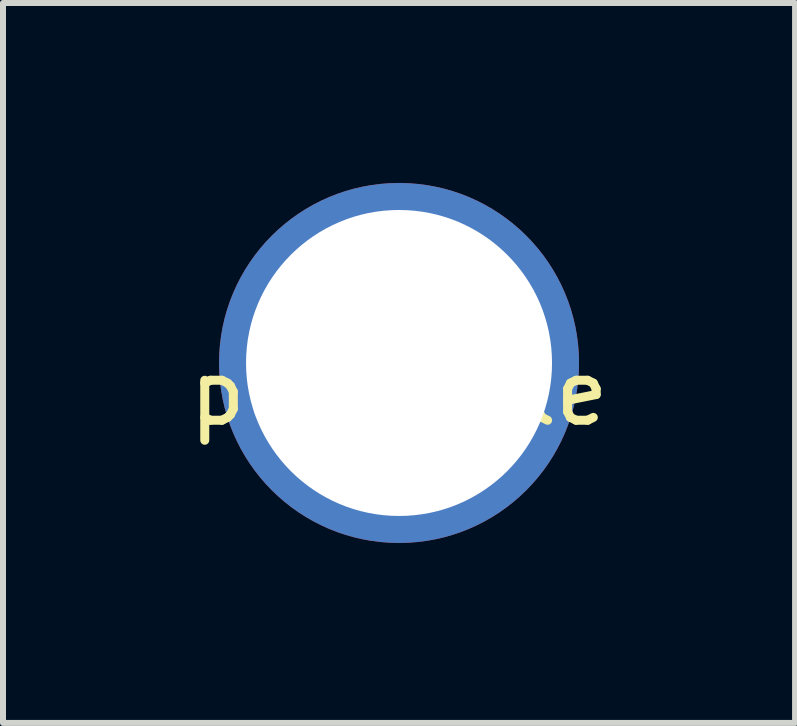
<source format=kicad_pcb>
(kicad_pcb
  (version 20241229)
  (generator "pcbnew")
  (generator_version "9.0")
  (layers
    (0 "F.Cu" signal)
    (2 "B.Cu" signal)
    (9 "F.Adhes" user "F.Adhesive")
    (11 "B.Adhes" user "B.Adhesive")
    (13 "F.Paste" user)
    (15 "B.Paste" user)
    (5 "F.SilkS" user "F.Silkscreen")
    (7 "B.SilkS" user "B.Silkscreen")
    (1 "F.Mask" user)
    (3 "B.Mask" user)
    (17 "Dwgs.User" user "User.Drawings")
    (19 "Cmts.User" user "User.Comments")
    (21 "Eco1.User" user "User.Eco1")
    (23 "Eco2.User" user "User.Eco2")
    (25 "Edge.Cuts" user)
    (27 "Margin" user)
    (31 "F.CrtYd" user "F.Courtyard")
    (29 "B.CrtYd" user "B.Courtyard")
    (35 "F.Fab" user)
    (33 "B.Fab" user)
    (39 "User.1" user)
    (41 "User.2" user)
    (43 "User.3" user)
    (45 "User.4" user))
  (footprint "platehole"
    (layer "F.Cu")
    (at 3.601 3)
    (property "Reference" "platehole" (at 0 0.5 0) (layer "F.SilkS") (effects (font (size 1 1) (thickness 0.15))))
    (attr through_hole)
    (pad "" np_thru_hole circle (at 0 0) (size 6 6) (drill 5.1) (layers "*.Cu" "*.Mask")))
  (gr_rect
    (start -3 -3)
    (end 10.202 9)
    (stroke (width 0.1) (type default))
    (fill no)
    (layer "Edge.Cuts")))
</source>
